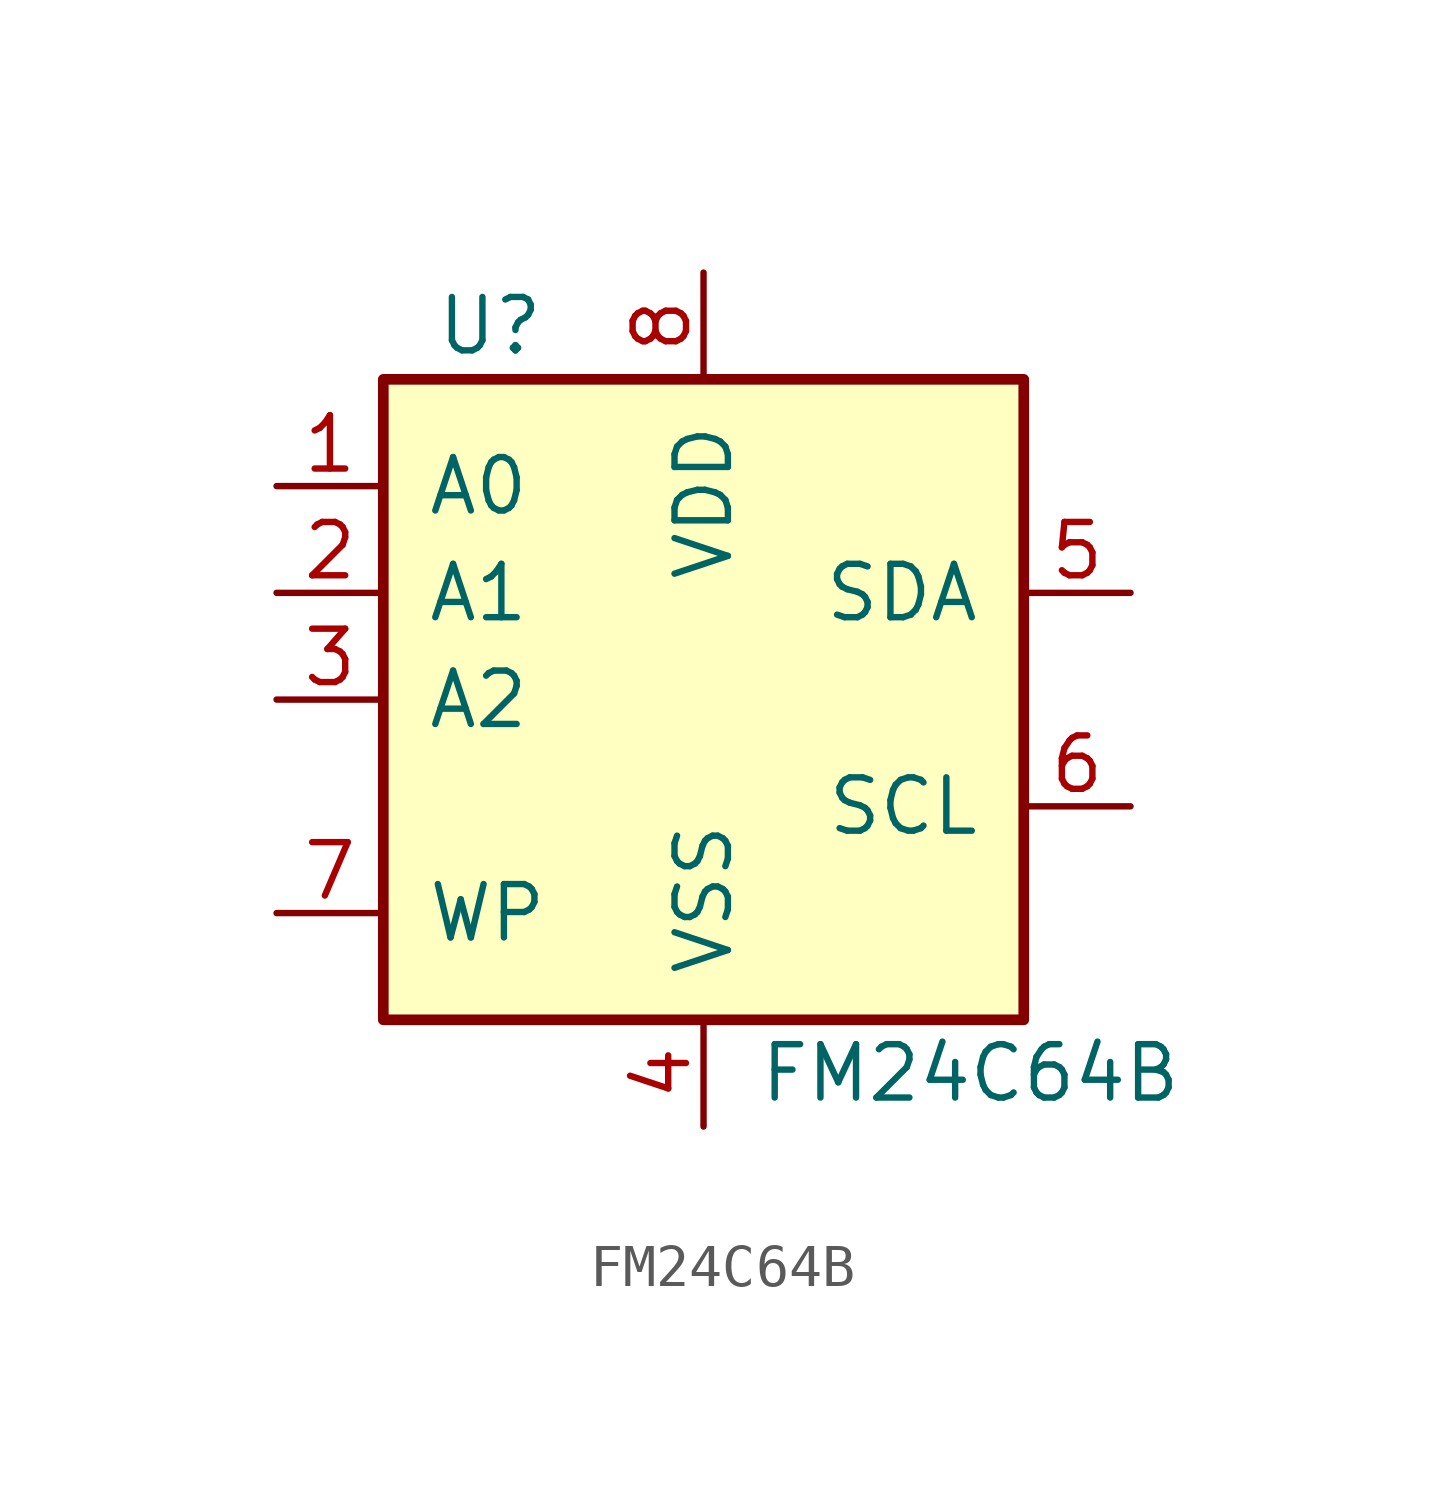
<source format=kicad_sym>
(kicad_symbol_lib
  (version 20220914)
  (generator kicad_symbol_editor)
  (symbol "FM24C64B"
    (pin_names
      (offset 1.016))
    (property "Reference" "U"
      (at -5.08 8.89 0)
      (effects (font (size 1.27 1.27))))
    (property "Value" "FM24C64B"
      (at 6.35 -8.89 0)
      (effects (font (size 1.27 1.27))))
    (symbol "FM24C64B_0_1"
      (rectangle (start -7.62 7.62) (end 7.62 -7.62) (stroke (width 0.254) (type default)) (fill (type background))))
    (symbol "FM24C64B_1_1"
      (pin input line (at -10.16 5.08 0) (length 2.54) (name "A0" (effects (font (size 1.27 1.27)))) (number "1" (effects (font (size 1.27 1.27)))))
      (pin input line (at -10.16 2.54 0) (length 2.54) (name "A1" (effects (font (size 1.27 1.27)))) (number "2" (effects (font (size 1.27 1.27)))))
      (pin input line (at -10.16 0 0) (length 2.54) (name "A2" (effects (font (size 1.27 1.27)))) (number "3" (effects (font (size 1.27 1.27)))))
      (pin power_in line (at 0 -10.16 90) (length 2.54) (name "VSS" (effects (font (size 1.27 1.27)))) (number "4" (effects (font (size 1.27 1.27)))))
      (pin bidirectional line (at 10.16 2.54 180) (length 2.54) (name "SDA" (effects (font (size 1.27 1.27)))) (number "5" (effects (font (size 1.27 1.27)))))
      (pin input line (at 10.16 -2.54 180) (length 2.54) (name "SCL" (effects (font (size 1.27 1.27)))) (number "6" (effects (font (size 1.27 1.27)))))
      (pin input line (at -10.16 -5.08 0) (length 2.54) (name "WP" (effects (font (size 1.27 1.27)))) (number "7" (effects (font (size 1.27 1.27)))))
      (pin power_in line (at 0 10.16 270) (length 2.54) (name "VDD" (effects (font (size 1.27 1.27)))) (number "8" (effects (font (size 1.27 1.27))))))))
</source>
